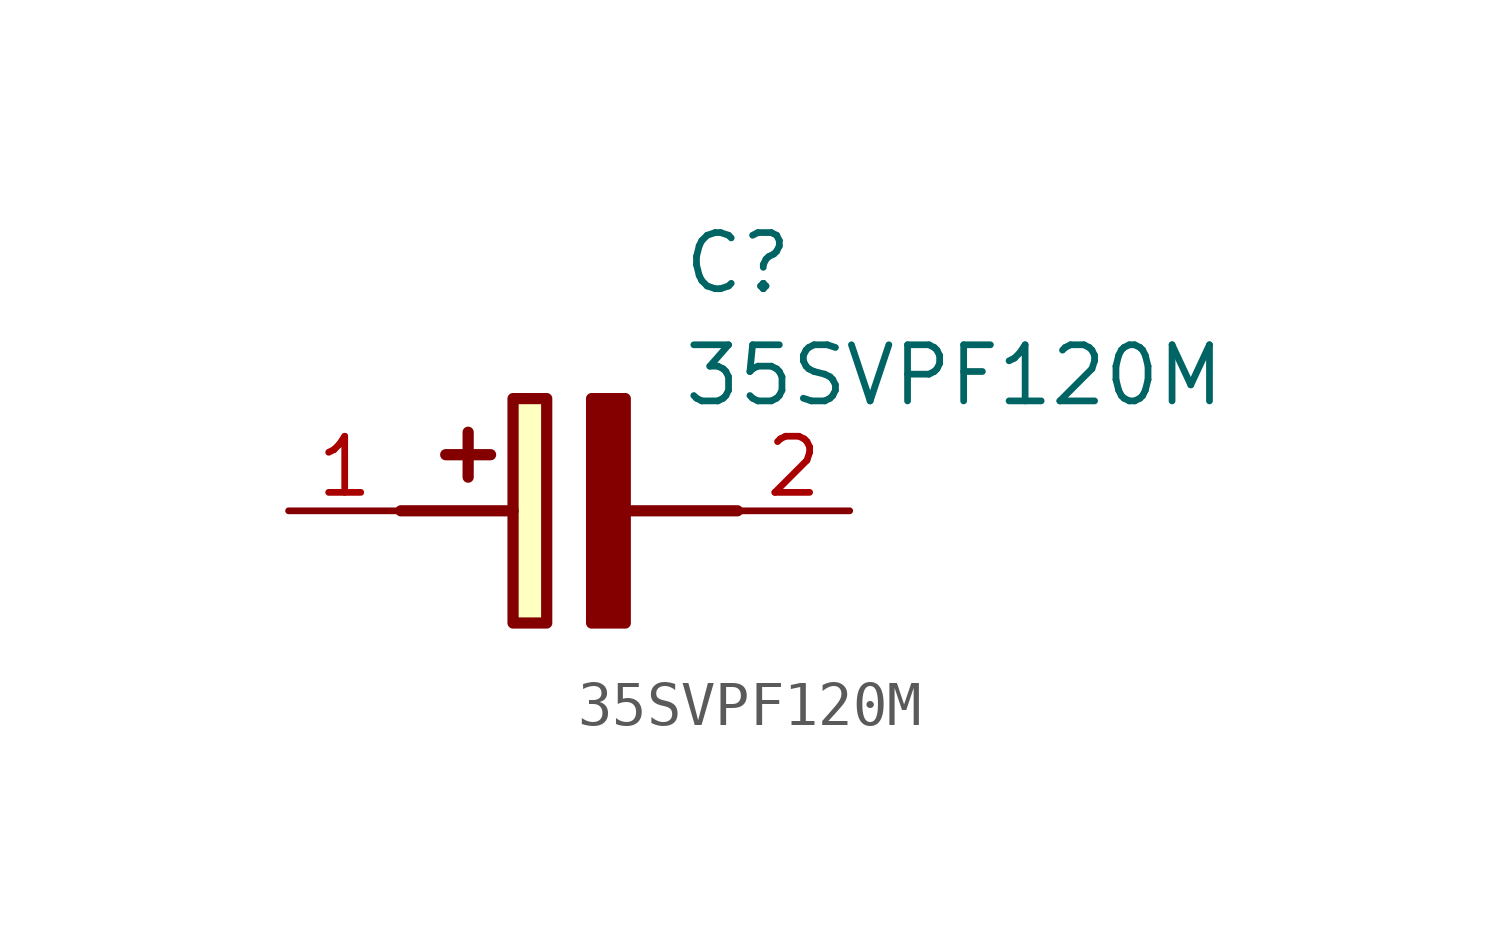
<source format=kicad_sym>
(kicad_symbol_lib
  (version 20211014)
  (generator SamacSys_ECAD_Model)
  (symbol "35SVPF120M"
    (pin_names hide)
    (property "Reference" "C"
      (at 8.89 6.35 0)
      (effects (font (size 1.27 1.27)) (justify left top)))
    (property "Value" "35SVPF120M"
      (at 8.89 3.81 0)
      (effects (font (size 1.27 1.27)) (justify left top)))
    (rectangle
      (start 5.08 2.54)
      (end 5.842 -2.54)
      (stroke (width 0.254) (type default))
      (fill (type background)))
    (polyline
      (pts (xy 4.572 1.27) (xy 3.556 1.27))
      (stroke (width 0.254) (type default))
      (fill (type none)))
    (polyline
      (pts (xy 4.064 1.778) (xy 4.064 0.762))
      (stroke (width 0.254) (type default))
      (fill (type none)))
    (polyline
      (pts (xy 2.54 0) (xy 5.08 0))
      (stroke (width 0.254) (type default))
      (fill (type none)))
    (polyline
      (pts (xy 7.62 0) (xy 10.16 0))
      (stroke (width 0.254) (type default))
      (fill (type none)))
    (polyline
      (pts (xy 7.62 2.54) (xy 7.62 -2.54) (xy 6.858 -2.54) (xy 6.858 2.54) (xy 7.62 2.54))
      (stroke (width 0.254) (type default))
      (fill (type outline)))
    (pin passive line
      (at 0 0 0)
      (length 2.54)
      (name "+" (effects (font (size 1.27 1.27))))
      (number "1" (effects (font (size 1.27 1.27)))))
    (pin passive line
      (at 12.7 0 180)
      (length 2.54)
      (name "-" (effects (font (size 1.27 1.27))))
      (number "2" (effects (font (size 1.27 1.27)))))))
</source>
